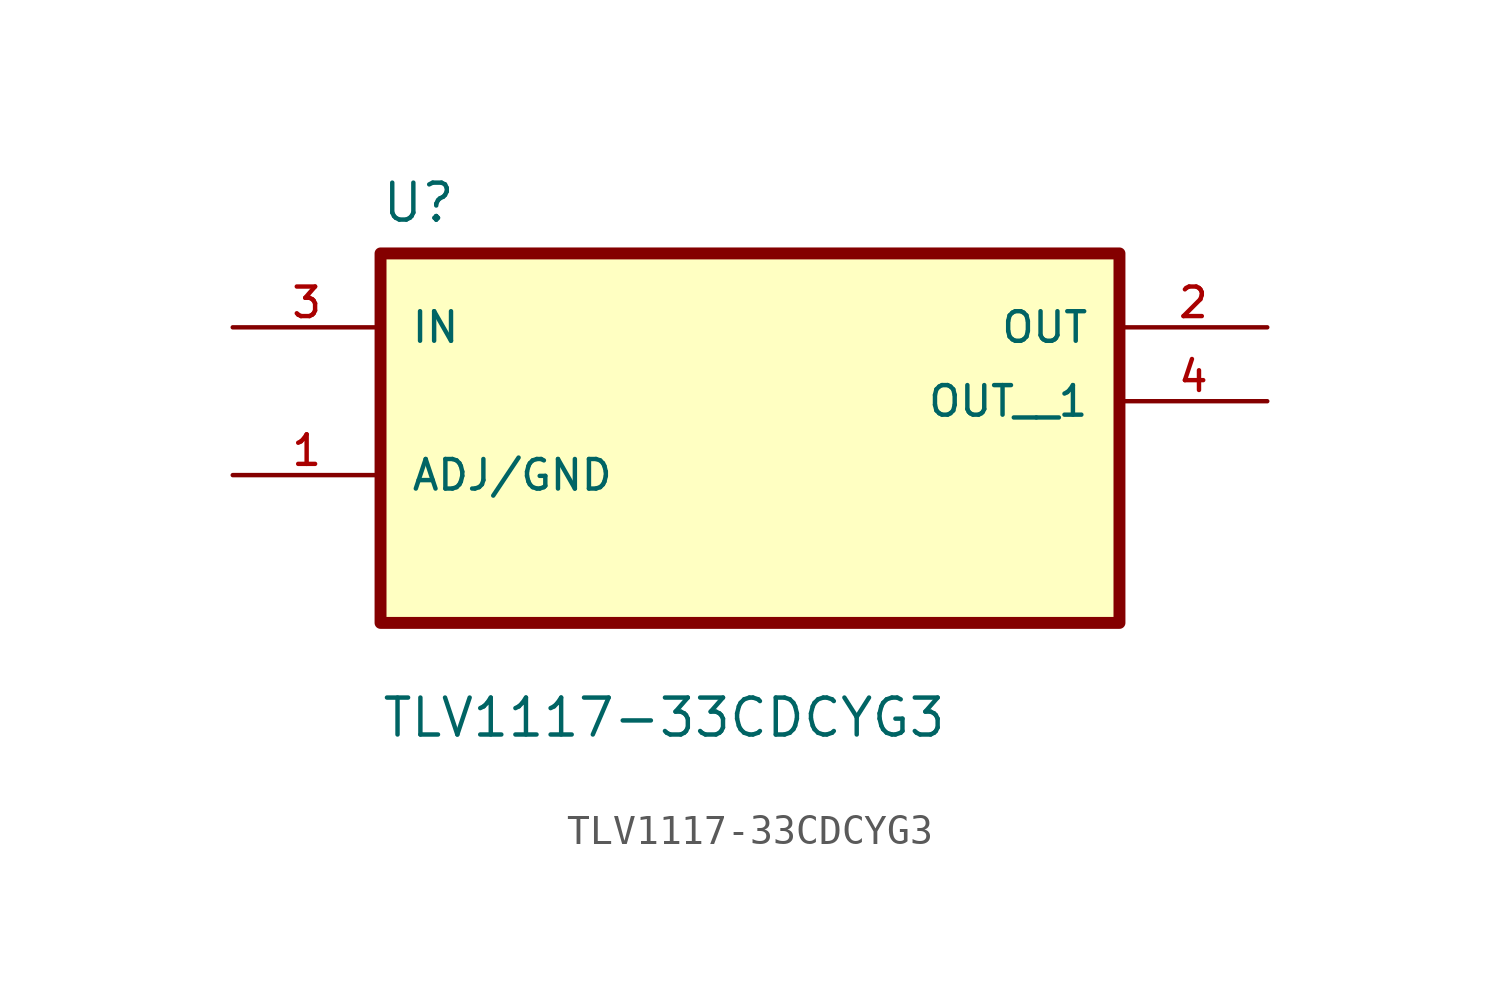
<source format=kicad_sym>
(kicad_symbol_lib
  (version 20211014)
  (generator kicad_symbol_editor)
  (symbol "TLV1117-33CDCYG3"
    (pin_names
      (offset 1.016))
    (property "Reference" "U"
      (at -12.7 6.08 0.0)
      (effects (font (size 1.27 1.27)) (justify bottom left)))
    (property "Value" "TLV1117-33CDCYG3"
      (at -12.7 -11.62 0.0)
      (effects (font (size 1.27 1.27)) (justify bottom left)))
    (symbol "TLV1117-33CDCYG3_0_0"
      (rectangle (start -12.7 -7.62) (end 12.7 5.08) (stroke (width 0.41)) (fill (type background)))
      (pin input line (at -17.78 2.54 0) (length 5.08) (name "IN" (effects (font (size 1.016 1.016)))) (number "3" (effects (font (size 1.016 1.016)))))
      (pin bidirectional line (at -17.78 -2.54 0) (length 5.08) (name "ADJ/GND" (effects (font (size 1.016 1.016)))) (number "1" (effects (font (size 1.016 1.016)))))
      (pin output line (at 17.78 2.54 180.0) (length 5.08) (name "OUT" (effects (font (size 1.016 1.016)))) (number "2" (effects (font (size 1.016 1.016)))))
      (pin output line (at 17.78 0.0 180.0) (length 5.08) (name "OUT__1" (effects (font (size 1.016 1.016)))) (number "4" (effects (font (size 1.016 1.016))))))))
</source>
